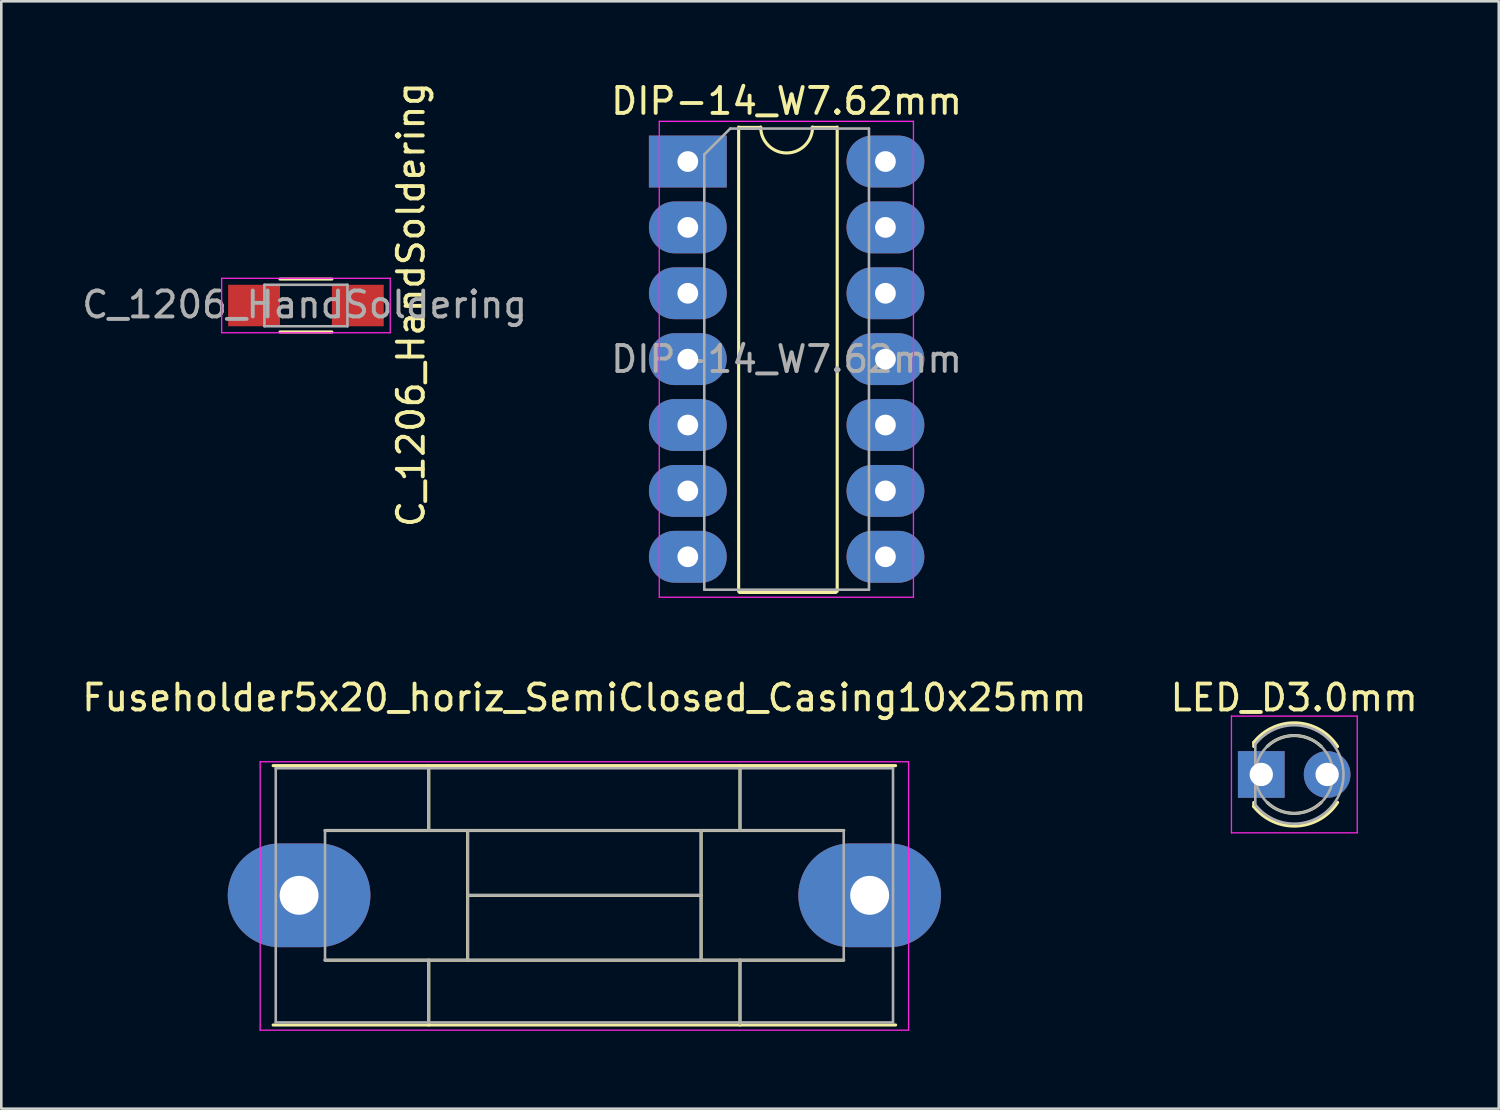
<source format=kicad_pcb>
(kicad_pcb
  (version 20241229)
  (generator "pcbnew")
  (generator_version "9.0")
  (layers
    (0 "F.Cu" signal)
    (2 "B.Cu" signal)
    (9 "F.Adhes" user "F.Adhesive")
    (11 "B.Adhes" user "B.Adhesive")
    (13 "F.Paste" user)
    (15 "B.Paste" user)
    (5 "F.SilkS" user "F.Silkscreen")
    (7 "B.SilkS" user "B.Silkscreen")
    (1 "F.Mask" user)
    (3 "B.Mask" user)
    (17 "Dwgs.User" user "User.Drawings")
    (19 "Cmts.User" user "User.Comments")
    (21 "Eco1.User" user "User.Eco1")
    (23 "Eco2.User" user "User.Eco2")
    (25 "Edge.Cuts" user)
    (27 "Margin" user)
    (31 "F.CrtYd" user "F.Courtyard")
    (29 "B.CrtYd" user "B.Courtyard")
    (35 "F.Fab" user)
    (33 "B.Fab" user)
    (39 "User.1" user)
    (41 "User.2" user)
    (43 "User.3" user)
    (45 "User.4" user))
  (footprint "C_1206_HandSoldering"
    (layer "F.Cu")
    (at 8.746 8.73)
    (property "Reference" "C_1206_HandSoldering" (at 4.05 -0.034 270) (layer "F.SilkS") (effects (font (size 1 1) (thickness 0.15))))
    (attr smd)
    (fp_line (start -1 1.02) (end 1 1.02) (stroke (width 0.12) (type solid)) (layer "F.SilkS"))
    (fp_line (start 1 -1.02) (end -1 -1.02) (stroke (width 0.12) (type solid)) (layer "F.SilkS"))
    (fp_line (start -3.25 -1.05) (end -3.25 1.05) (stroke (width 0.05) (type solid)) (layer "F.CrtYd"))
    (fp_line (start -3.25 -1.05) (end 3.25 -1.05) (stroke (width 0.05) (type solid)) (layer "F.CrtYd"))
    (fp_line (start 3.25 1.05) (end -3.25 1.05) (stroke (width 0.05) (type solid)) (layer "F.CrtYd"))
    (fp_line (start 3.25 1.05) (end 3.25 -1.05) (stroke (width 0.05) (type solid)) (layer "F.CrtYd"))
    (fp_line (start -1.6 -0.8) (end 1.6 -0.8) (stroke (width 0.1) (type solid)) (layer "F.Fab"))
    (fp_line (start -1.6 0.8) (end -1.6 -0.8) (stroke (width 0.1) (type solid)) (layer "F.Fab"))
    (fp_line (start 1.6 -0.8) (end 1.6 0.8) (stroke (width 0.1) (type solid)) (layer "F.Fab"))
    (fp_line (start 1.6 0.8) (end -1.6 0.8) (stroke (width 0.1) (type solid)) (layer "F.Fab"))
    (fp_text user "${REFERENCE}" (at -0.05 -0.034 0) (layer "F.Fab") (effects (font (size 1 1) (thickness 0.15))))
    (pad "1" smd rect (at -2 0) (size 2 1.6) (layers "F.Cu" "F.Mask" "F.Paste"))
    (pad "2" smd rect (at 2 0) (size 2 1.6) (layers "F.Cu" "F.Mask" "F.Paste")))
  (footprint "Fuseholder5x20_horiz_SemiClosed_Casing10x25mm"
    (layer "F.Cu")
    (at 8.482 31.471)
    (property "Reference" "Fuseholder5x20_horiz_SemiClosed_Casing10x25mm" (at 11 -7.62 0) (layer "F.SilkS") (effects (font (size 1 1) (thickness 0.15))))
    (attr through_hole)
    (fp_line (start -1 5) (end 23 5) (stroke (width 0.12) (type solid)) (layer "F.SilkS"))
    (fp_line (start 1 2.5) (end 21 2.5) (stroke (width 0.12) (type solid)) (layer "F.SilkS"))
    (fp_line (start 5 -2.5) (end 5 -5) (stroke (width 0.12) (type solid)) (layer "F.SilkS"))
    (fp_line (start 5 5) (end 5 2.5) (stroke (width 0.12) (type solid)) (layer "F.SilkS"))
    (fp_line (start 6.5 -2.5) (end 6.5 2.5) (stroke (width 0.12) (type solid)) (layer "F.SilkS"))
    (fp_line (start 6.5 0) (end 15.5 0) (stroke (width 0.12) (type solid)) (layer "F.SilkS"))
    (fp_line (start 15.5 -2.5) (end 15.5 2.5) (stroke (width 0.12) (type solid)) (layer "F.SilkS"))
    (fp_line (start 17 -5) (end 17 -2.5) (stroke (width 0.12) (type solid)) (layer "F.SilkS"))
    (fp_line (start 17 5) (end 17 2.5) (stroke (width 0.12) (type solid)) (layer "F.SilkS"))
    (fp_line (start 21 -2.5) (end 1 -2.5) (stroke (width 0.12) (type solid)) (layer "F.SilkS"))
    (fp_line (start 23 -5) (end -1 -5) (stroke (width 0.12) (type solid)) (layer "F.SilkS"))
    (fp_line (start -1.5 -5.15) (end -1.5 5.2) (stroke (width 0.05) (type solid)) (layer "F.CrtYd"))
    (fp_line (start -1.5 -5.15) (end 23.5 -5.15) (stroke (width 0.05) (type solid)) (layer "F.CrtYd"))
    (fp_line (start 23.5 5.2) (end -1.5 5.2) (stroke (width 0.05) (type solid)) (layer "F.CrtYd"))
    (fp_line (start 23.5 5.2) (end 23.5 -5.15) (stroke (width 0.05) (type solid)) (layer "F.CrtYd"))
    (fp_line (start -0.9 -4.9) (end -0.9 4.9) (stroke (width 0.1) (type solid)) (layer "F.Fab"))
    (fp_line (start -0.9 4.9) (end 22.9 4.9) (stroke (width 0.1) (type solid)) (layer "F.Fab"))
    (fp_line (start 1 -2.5) (end 1 2.5) (stroke (width 0.1) (type solid)) (layer "F.Fab"))
    (fp_line (start 1 2.5) (end 21 2.5) (stroke (width 0.1) (type solid)) (layer "F.Fab"))
    (fp_line (start 5 -4.9) (end 5 -2.5) (stroke (width 0.1) (type solid)) (layer "F.Fab"))
    (fp_line (start 5 2.5) (end 5 4.9) (stroke (width 0.1) (type solid)) (layer "F.Fab"))
    (fp_line (start 6.5 -2.5) (end 6.5 2.5) (stroke (width 0.1) (type solid)) (layer "F.Fab"))
    (fp_line (start 6.5 0) (end 15.5 0) (stroke (width 0.1) (type solid)) (layer "F.Fab"))
    (fp_line (start 15.5 -2.5) (end 15.5 2.5) (stroke (width 0.1) (type solid)) (layer "F.Fab"))
    (fp_line (start 17 -2.5) (end 17 -4.9) (stroke (width 0.1) (type solid)) (layer "F.Fab"))
    (fp_line (start 17 2.5) (end 17 4.95) (stroke (width 0.1) (type solid)) (layer "F.Fab"))
    (fp_line (start 21 -2.5) (end 1 -2.5) (stroke (width 0.1) (type solid)) (layer "F.Fab"))
    (fp_line (start 21 2.5) (end 21 -2.5) (stroke (width 0.1) (type solid)) (layer "F.Fab"))
    (fp_line (start 22.9 -4.9) (end -0.9 -4.9) (stroke (width 0.1) (type solid)) (layer "F.Fab"))
    (fp_line (start 22.9 4.9) (end 22.9 -4.9) (stroke (width 0.1) (type solid)) (layer "F.Fab"))
    (pad "1" thru_hole oval (at 0 0 270) (size 4 5.5) (drill 1.5) (layers "*.Cu" "*.Mask"))
    (pad "2" thru_hole oval (at 22 0 270) (size 4 5.5) (drill 1.5) (layers "*.Cu" "*.Mask")))
  (footprint "DIP-14_W7.62mm"
    (layer "F.Cu")
    (at 23.47 3.178)
    (property "Reference" "DIP-14_W7.62mm" (at 3.81 -2.33 0) (layer "F.SilkS") (effects (font (size 1 1) (thickness 0.15))))
    (attr through_hole)
    (fp_line (start 1.96 -1.33) (end 1.96 16.57) (stroke (width 0.12) (type solid)) (layer "F.SilkS"))
    (fp_line (start 2 -1.3) (end 2.8 -1.3) (stroke (width 0.15) (type solid)) (layer "F.SilkS"))
    (fp_line (start 2 16.6) (end 5.7 16.6) (stroke (width 0.15) (type solid)) (layer "F.SilkS"))
    (fp_line (start 4.8 -1.3) (end 5.7 -1.3) (stroke (width 0.15) (type solid)) (layer "F.SilkS"))
    (fp_line (start 5.76 16.57) (end 5.76 -1.33) (stroke (width 0.12) (type solid)) (layer "F.SilkS"))
    (fp_arc (start 4.81 -1.33) (mid 3.81 -0.33) (end 2.81 -1.33) (stroke (width 0.12) (type solid)) (layer "F.SilkS"))
    (fp_line (start -1.1 -1.55) (end -1.1 16.8) (stroke (width 0.05) (type solid)) (layer "F.CrtYd"))
    (fp_line (start -1.1 16.8) (end 8.7 16.8) (stroke (width 0.05) (type solid)) (layer "F.CrtYd"))
    (fp_line (start 8.7 -1.55) (end -1.1 -1.55) (stroke (width 0.05) (type solid)) (layer "F.CrtYd"))
    (fp_line (start 8.7 16.8) (end 8.7 -1.55) (stroke (width 0.05) (type solid)) (layer "F.CrtYd"))
    (fp_line (start 0.635 -0.27) (end 1.635 -1.27) (stroke (width 0.1) (type solid)) (layer "F.Fab"))
    (fp_line (start 0.635 16.51) (end 0.635 -0.27) (stroke (width 0.1) (type solid)) (layer "F.Fab"))
    (fp_line (start 1.635 -1.27) (end 6.985 -1.27) (stroke (width 0.1) (type solid)) (layer "F.Fab"))
    (fp_line (start 6.985 -1.27) (end 6.985 16.51) (stroke (width 0.1) (type solid)) (layer "F.Fab"))
    (fp_line (start 6.985 16.51) (end 0.635 16.51) (stroke (width 0.1) (type solid)) (layer "F.Fab"))
    (fp_text user "${REFERENCE}" (at 3.81 7.62 0) (layer "F.Fab") (effects (font (size 1 1) (thickness 0.15))))
    (pad "1" thru_hole rect (at 0 0) (size 3 2) (drill 0.8) (layers "*.Cu" "*.Mask"))
    (pad "2" thru_hole oval (at 0 2.54) (size 3 2) (drill 0.8) (layers "*.Cu" "*.Mask"))
    (pad "3" thru_hole oval (at 0 5.08) (size 3 2) (drill 0.8) (layers "*.Cu" "*.Mask"))
    (pad "4" thru_hole oval (at 0 7.62) (size 3 2) (drill 0.8) (layers "*.Cu" "*.Mask"))
    (pad "5" thru_hole oval (at 0 10.16) (size 3 2) (drill 0.8) (layers "*.Cu" "*.Mask"))
    (pad "6" thru_hole oval (at 0 12.7) (size 3 2) (drill 0.8) (layers "*.Cu" "*.Mask"))
    (pad "7" thru_hole oval (at 0 15.24) (size 3 2) (drill 0.8) (layers "*.Cu" "*.Mask"))
    (pad "8" thru_hole oval (at 7.62 15.24) (size 3 2) (drill 0.8) (layers "*.Cu" "*.Mask"))
    (pad "9" thru_hole oval (at 7.62 12.7) (size 3 2) (drill 0.8) (layers "*.Cu" "*.Mask"))
    (pad "10" thru_hole oval (at 7.62 10.16) (size 3 2) (drill 0.8) (layers "*.Cu" "*.Mask"))
    (pad "11" thru_hole oval (at 7.62 7.62) (size 3 2) (drill 0.8) (layers "*.Cu" "*.Mask"))
    (pad "12" thru_hole oval (at 7.62 5.08) (size 3 2) (drill 0.8) (layers "*.Cu" "*.Mask"))
    (pad "13" thru_hole oval (at 7.62 2.54) (size 3 2) (drill 0.8) (layers "*.Cu" "*.Mask"))
    (pad "14" thru_hole oval (at 7.62 0) (size 3 2) (drill 0.8) (layers "*.Cu" "*.Mask")))
  (footprint "LED_D3.0mm"
    (layer "F.Cu")
    (at 45.581 26.811)
    (property "Reference" "LED_D3.0mm" (at 1.27 -2.96 0) (layer "F.SilkS") (effects (font (size 1 1) (thickness 0.15))))
    (attr through_hole)
    (fp_line (start -0.29 -1.236) (end -0.29 -1.08) (stroke (width 0.12) (type solid)) (layer "F.SilkS"))
    (fp_line (start -0.29 1.08) (end -0.29 1.236) (stroke (width 0.12) (type solid)) (layer "F.SilkS"))
    (fp_arc (start -0.29 -1.235516) (mid 1.366487 -1.987659) (end 2.942335 -1.078608) (stroke (width 0.12) (type solid)) (layer "F.SilkS"))
    (fp_arc (start 0.229039 -1.08) (mid 1.270117 -1.5) (end 2.31113 -1.079837) (stroke (width 0.12) (type solid)) (layer "F.SilkS"))
    (fp_arc (start 2.31113 1.079837) (mid 1.270117 1.5) (end 0.229039 1.08) (stroke (width 0.12) (type solid)) (layer "F.SilkS"))
    (fp_arc (start 2.942335 1.078608) (mid 1.366487 1.987659) (end -0.29 1.235516) (stroke (width 0.12) (type solid)) (layer "F.SilkS"))
    (fp_line (start -1.15 -2.25) (end -1.15 2.25) (stroke (width 0.05) (type solid)) (layer "F.CrtYd"))
    (fp_line (start -1.15 2.25) (end 3.7 2.25) (stroke (width 0.05) (type solid)) (layer "F.CrtYd"))
    (fp_line (start 3.7 -2.25) (end -1.15 -2.25) (stroke (width 0.05) (type solid)) (layer "F.CrtYd"))
    (fp_line (start 3.7 2.25) (end 3.7 -2.25) (stroke (width 0.05) (type solid)) (layer "F.CrtYd"))
    (fp_line (start -0.23 -1.166) (end -0.23 1.166) (stroke (width 0.1) (type solid)) (layer "F.Fab"))
    (fp_arc (start -0.23 -1.16619) (mid 3.17 0.000452) (end -0.230555 1.165476) (stroke (width 0.1) (type solid)) (layer "F.Fab"))
    (fp_circle (center 1.27 0) (end 2.77 0) (stroke (width 0.1) (type solid)) (fill no) (layer "F.Fab"))
    (pad "1" thru_hole rect (at 0 0) (size 1.8 1.8) (drill 0.9) (layers "*.Cu" "*.Mask"))
    (pad "2" thru_hole circle (at 2.54 0) (size 1.8 1.8) (drill 0.9) (layers "*.Cu" "*.Mask")))
  (gr_rect
    (start -3 -3)
    (end 54.738 39.697)
    (stroke (width 0.1) (type default))
    (fill no)
    (layer "Edge.Cuts")))
</source>
